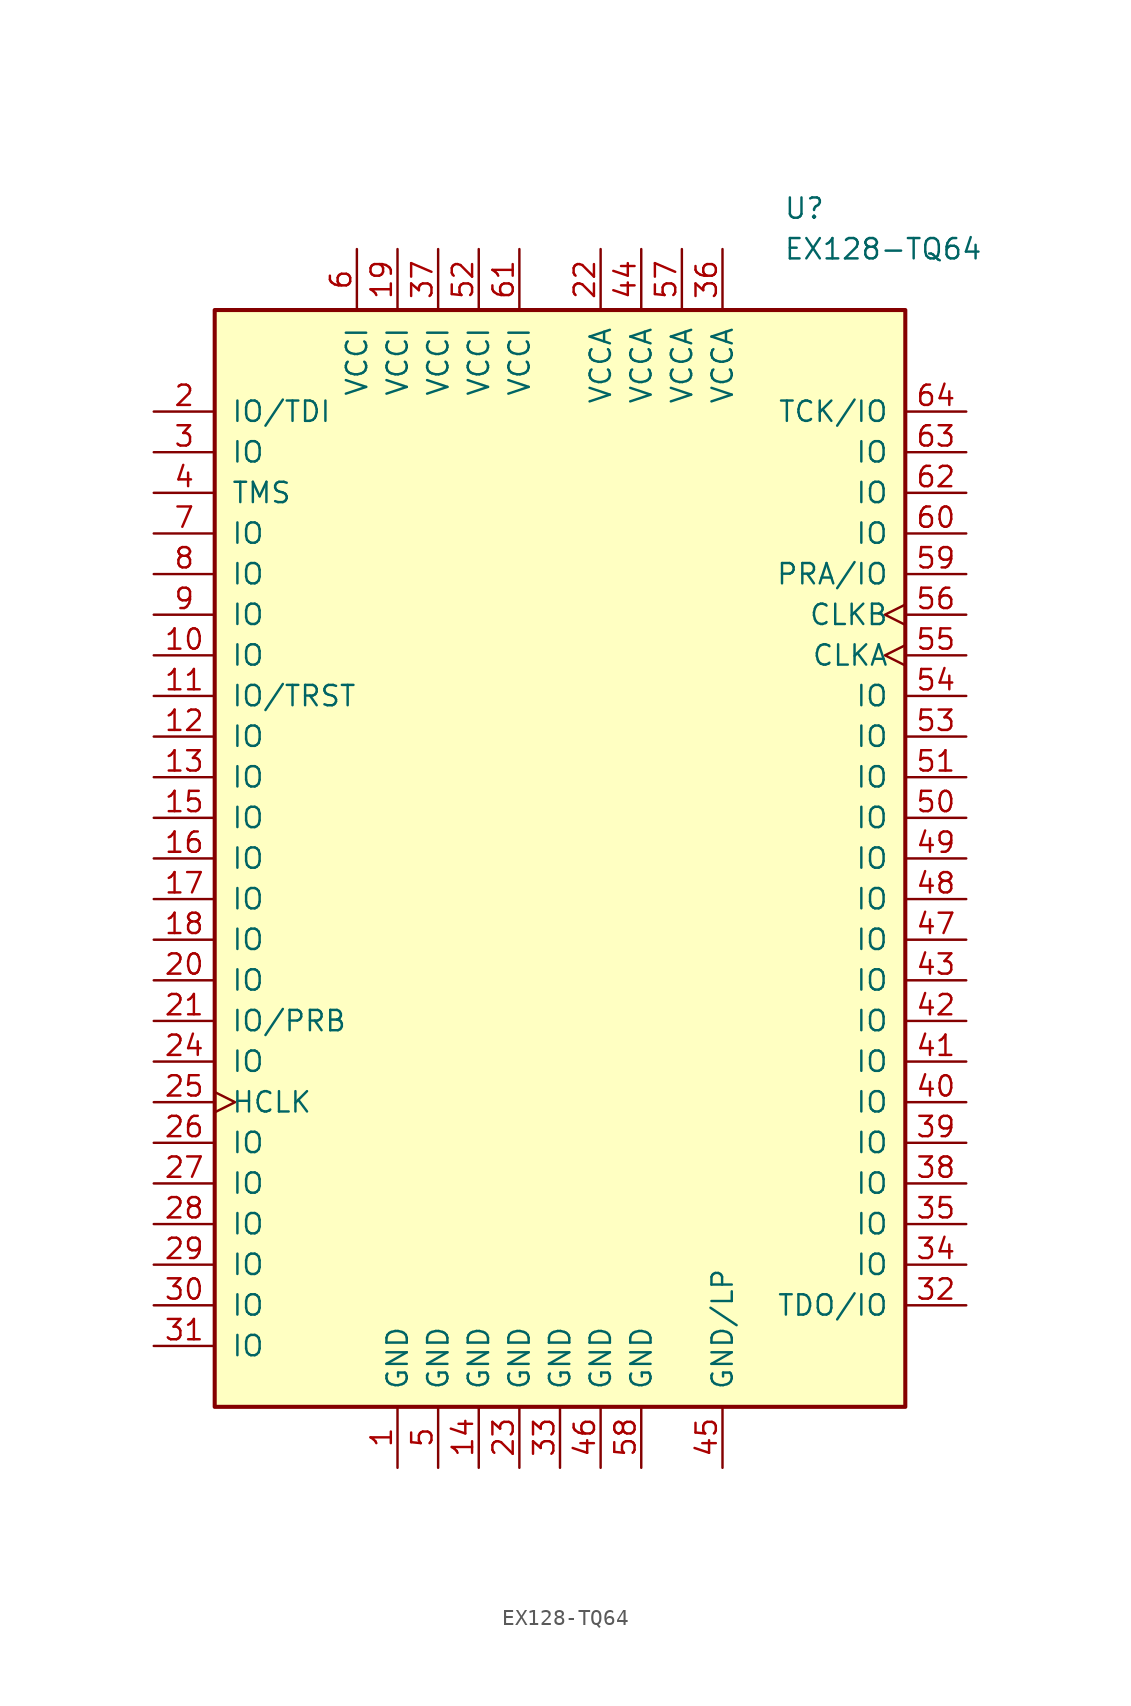
<source format=kicad_sym>
(kicad_symbol_lib
  (version 20201005)
  (generator kicad_symbol_editor)
  (symbol "EX128-TQ64"
    (pin_names
      (offset 1.016))
    (property "Reference" "U"
      (at 13.97 40.64 0)
      (effects (font (size 1.27 1.27)) (justify left)))
    (property "Value" "EX128-TQ64"
      (at 13.97 38.1 0)
      (effects (font (size 1.27 1.27)) (justify left)))
    (symbol "EX128-TQ64_0_1"
      (rectangle (start -21.59 34.29) (end 21.59 -34.29) (stroke (width 0.254)) (fill (type background))))
    (symbol "EX128-TQ64_1_1"
      (pin power_out line (at -10.16 -38.1 90) (length 3.81) (name "GND" (effects (font (size 1.27 1.27)))) (number "1" (effects (font (size 1.27 1.27)))))
      (pin bidirectional line (at -25.4 12.7 0) (length 3.81) (name "IO" (effects (font (size 1.27 1.27)))) (number "10" (effects (font (size 1.27 1.27)))))
      (pin bidirectional line (at -25.4 10.16 0) (length 3.81) (name "IO/TRST" (effects (font (size 1.27 1.27)))) (number "11" (effects (font (size 1.27 1.27)))))
      (pin bidirectional line (at -25.4 7.62 0) (length 3.81) (name "IO" (effects (font (size 1.27 1.27)))) (number "12" (effects (font (size 1.27 1.27)))))
      (pin bidirectional line (at -25.4 5.08 0) (length 3.81) (name "IO" (effects (font (size 1.27 1.27)))) (number "13" (effects (font (size 1.27 1.27)))))
      (pin power_out line (at -5.08 -38.1 90) (length 3.81) (name "GND" (effects (font (size 1.27 1.27)))) (number "14" (effects (font (size 1.27 1.27)))))
      (pin bidirectional line (at -25.4 2.54 0) (length 3.81) (name "IO" (effects (font (size 1.27 1.27)))) (number "15" (effects (font (size 1.27 1.27)))))
      (pin bidirectional line (at -25.4 0 0) (length 3.81) (name "IO" (effects (font (size 1.27 1.27)))) (number "16" (effects (font (size 1.27 1.27)))))
      (pin bidirectional line (at -25.4 -2.54 0) (length 3.81) (name "IO" (effects (font (size 1.27 1.27)))) (number "17" (effects (font (size 1.27 1.27)))))
      (pin bidirectional line (at -25.4 -5.08 0) (length 3.81) (name "IO" (effects (font (size 1.27 1.27)))) (number "18" (effects (font (size 1.27 1.27)))))
      (pin power_in line (at -10.16 38.1 270) (length 3.81) (name "VCCI" (effects (font (size 1.27 1.27)))) (number "19" (effects (font (size 1.27 1.27)))))
      (pin bidirectional line (at -25.4 27.94 0) (length 3.81) (name "IO/TDI" (effects (font (size 1.27 1.27)))) (number "2" (effects (font (size 1.27 1.27)))))
      (pin bidirectional line (at -25.4 -7.62 0) (length 3.81) (name "IO" (effects (font (size 1.27 1.27)))) (number "20" (effects (font (size 1.27 1.27)))))
      (pin bidirectional line (at -25.4 -10.16 0) (length 3.81) (name "IO/PRB" (effects (font (size 1.27 1.27)))) (number "21" (effects (font (size 1.27 1.27)))))
      (pin power_in line (at 2.54 38.1 270) (length 3.81) (name "VCCA" (effects (font (size 1.27 1.27)))) (number "22" (effects (font (size 1.27 1.27)))))
      (pin power_out line (at -2.54 -38.1 90) (length 3.81) (name "GND" (effects (font (size 1.27 1.27)))) (number "23" (effects (font (size 1.27 1.27)))))
      (pin bidirectional line (at -25.4 -12.7 0) (length 3.81) (name "IO" (effects (font (size 1.27 1.27)))) (number "24" (effects (font (size 1.27 1.27)))))
      (pin input clock (at -25.4 -15.24 0) (length 3.81) (name "HCLK" (effects (font (size 1.27 1.27)))) (number "25" (effects (font (size 1.27 1.27)))))
      (pin bidirectional line (at -25.4 -17.78 0) (length 3.81) (name "IO" (effects (font (size 1.27 1.27)))) (number "26" (effects (font (size 1.27 1.27)))))
      (pin bidirectional line (at -25.4 -20.32 0) (length 3.81) (name "IO" (effects (font (size 1.27 1.27)))) (number "27" (effects (font (size 1.27 1.27)))))
      (pin bidirectional line (at -25.4 -22.86 0) (length 3.81) (name "IO" (effects (font (size 1.27 1.27)))) (number "28" (effects (font (size 1.27 1.27)))))
      (pin bidirectional line (at -25.4 -25.4 0) (length 3.81) (name "IO" (effects (font (size 1.27 1.27)))) (number "29" (effects (font (size 1.27 1.27)))))
      (pin bidirectional line (at -25.4 25.4 0) (length 3.81) (name "IO" (effects (font (size 1.27 1.27)))) (number "3" (effects (font (size 1.27 1.27)))))
      (pin bidirectional line (at -25.4 -27.94 0) (length 3.81) (name "IO" (effects (font (size 1.27 1.27)))) (number "30" (effects (font (size 1.27 1.27)))))
      (pin bidirectional line (at -25.4 -30.48 0) (length 3.81) (name "IO" (effects (font (size 1.27 1.27)))) (number "31" (effects (font (size 1.27 1.27)))))
      (pin bidirectional line (at 25.4 -27.94 180) (length 3.81) (name "TDO/IO" (effects (font (size 1.27 1.27)))) (number "32" (effects (font (size 1.27 1.27)))))
      (pin power_out line (at 0 -38.1 90) (length 3.81) (name "GND" (effects (font (size 1.27 1.27)))) (number "33" (effects (font (size 1.27 1.27)))))
      (pin bidirectional line (at 25.4 -25.4 180) (length 3.81) (name "IO" (effects (font (size 1.27 1.27)))) (number "34" (effects (font (size 1.27 1.27)))))
      (pin bidirectional line (at 25.4 -22.86 180) (length 3.81) (name "IO" (effects (font (size 1.27 1.27)))) (number "35" (effects (font (size 1.27 1.27)))))
      (pin power_in line (at 10.16 38.1 270) (length 3.81) (name "VCCA" (effects (font (size 1.27 1.27)))) (number "36" (effects (font (size 1.27 1.27)))))
      (pin power_in line (at -7.62 38.1 270) (length 3.81) (name "VCCI" (effects (font (size 1.27 1.27)))) (number "37" (effects (font (size 1.27 1.27)))))
      (pin bidirectional line (at 25.4 -20.32 180) (length 3.81) (name "IO" (effects (font (size 1.27 1.27)))) (number "38" (effects (font (size 1.27 1.27)))))
      (pin bidirectional line (at 25.4 -17.78 180) (length 3.81) (name "IO" (effects (font (size 1.27 1.27)))) (number "39" (effects (font (size 1.27 1.27)))))
      (pin input line (at -25.4 22.86 0) (length 3.81) (name "TMS" (effects (font (size 1.27 1.27)))) (number "4" (effects (font (size 1.27 1.27)))))
      (pin bidirectional line (at 25.4 -15.24 180) (length 3.81) (name "IO" (effects (font (size 1.27 1.27)))) (number "40" (effects (font (size 1.27 1.27)))))
      (pin bidirectional line (at 25.4 -12.7 180) (length 3.81) (name "IO" (effects (font (size 1.27 1.27)))) (number "41" (effects (font (size 1.27 1.27)))))
      (pin bidirectional line (at 25.4 -10.16 180) (length 3.81) (name "IO" (effects (font (size 1.27 1.27)))) (number "42" (effects (font (size 1.27 1.27)))))
      (pin bidirectional line (at 25.4 -7.62 180) (length 3.81) (name "IO" (effects (font (size 1.27 1.27)))) (number "43" (effects (font (size 1.27 1.27)))))
      (pin power_in line (at 5.08 38.1 270) (length 3.81) (name "VCCA" (effects (font (size 1.27 1.27)))) (number "44" (effects (font (size 1.27 1.27)))))
      (pin power_out line (at 10.16 -38.1 90) (length 3.81) (name "GND/LP" (effects (font (size 1.27 1.27)))) (number "45" (effects (font (size 1.27 1.27)))))
      (pin power_out line (at 2.54 -38.1 90) (length 3.81) (name "GND" (effects (font (size 1.27 1.27)))) (number "46" (effects (font (size 1.27 1.27)))))
      (pin bidirectional line (at 25.4 -5.08 180) (length 3.81) (name "IO" (effects (font (size 1.27 1.27)))) (number "47" (effects (font (size 1.27 1.27)))))
      (pin bidirectional line (at 25.4 -2.54 180) (length 3.81) (name "IO" (effects (font (size 1.27 1.27)))) (number "48" (effects (font (size 1.27 1.27)))))
      (pin bidirectional line (at 25.4 0 180) (length 3.81) (name "IO" (effects (font (size 1.27 1.27)))) (number "49" (effects (font (size 1.27 1.27)))))
      (pin power_out line (at -7.62 -38.1 90) (length 3.81) (name "GND" (effects (font (size 1.27 1.27)))) (number "5" (effects (font (size 1.27 1.27)))))
      (pin bidirectional line (at 25.4 2.54 180) (length 3.81) (name "IO" (effects (font (size 1.27 1.27)))) (number "50" (effects (font (size 1.27 1.27)))))
      (pin bidirectional line (at 25.4 5.08 180) (length 3.81) (name "IO" (effects (font (size 1.27 1.27)))) (number "51" (effects (font (size 1.27 1.27)))))
      (pin power_in line (at -5.08 38.1 270) (length 3.81) (name "VCCI" (effects (font (size 1.27 1.27)))) (number "52" (effects (font (size 1.27 1.27)))))
      (pin bidirectional line (at 25.4 7.62 180) (length 3.81) (name "IO" (effects (font (size 1.27 1.27)))) (number "53" (effects (font (size 1.27 1.27)))))
      (pin bidirectional line (at 25.4 10.16 180) (length 3.81) (name "IO" (effects (font (size 1.27 1.27)))) (number "54" (effects (font (size 1.27 1.27)))))
      (pin input clock (at 25.4 12.7 180) (length 3.81) (name "CLKA" (effects (font (size 1.27 1.27)))) (number "55" (effects (font (size 1.27 1.27)))))
      (pin input clock (at 25.4 15.24 180) (length 3.81) (name "CLKB" (effects (font (size 1.27 1.27)))) (number "56" (effects (font (size 1.27 1.27)))))
      (pin power_in line (at 7.62 38.1 270) (length 3.81) (name "VCCA" (effects (font (size 1.27 1.27)))) (number "57" (effects (font (size 1.27 1.27)))))
      (pin power_out line (at 5.08 -38.1 90) (length 3.81) (name "GND" (effects (font (size 1.27 1.27)))) (number "58" (effects (font (size 1.27 1.27)))))
      (pin bidirectional line (at 25.4 17.78 180) (length 3.81) (name "PRA/IO" (effects (font (size 1.27 1.27)))) (number "59" (effects (font (size 1.27 1.27)))))
      (pin power_in line (at -12.7 38.1 270) (length 3.81) (name "VCCI" (effects (font (size 1.27 1.27)))) (number "6" (effects (font (size 1.27 1.27)))))
      (pin bidirectional line (at 25.4 20.32 180) (length 3.81) (name "IO" (effects (font (size 1.27 1.27)))) (number "60" (effects (font (size 1.27 1.27)))))
      (pin power_in line (at -2.54 38.1 270) (length 3.81) (name "VCCI" (effects (font (size 1.27 1.27)))) (number "61" (effects (font (size 1.27 1.27)))))
      (pin bidirectional line (at 25.4 22.86 180) (length 3.81) (name "IO" (effects (font (size 1.27 1.27)))) (number "62" (effects (font (size 1.27 1.27)))))
      (pin bidirectional line (at 25.4 25.4 180) (length 3.81) (name "IO" (effects (font (size 1.27 1.27)))) (number "63" (effects (font (size 1.27 1.27)))))
      (pin bidirectional line (at 25.4 27.94 180) (length 3.81) (name "TCK/IO" (effects (font (size 1.27 1.27)))) (number "64" (effects (font (size 1.27 1.27)))))
      (pin bidirectional line (at -25.4 20.32 0) (length 3.81) (name "IO" (effects (font (size 1.27 1.27)))) (number "7" (effects (font (size 1.27 1.27)))))
      (pin bidirectional line (at -25.4 17.78 0) (length 3.81) (name "IO" (effects (font (size 1.27 1.27)))) (number "8" (effects (font (size 1.27 1.27)))))
      (pin bidirectional line (at -25.4 15.24 0) (length 3.81) (name "IO" (effects (font (size 1.27 1.27)))) (number "9" (effects (font (size 1.27 1.27))))))))
</source>
